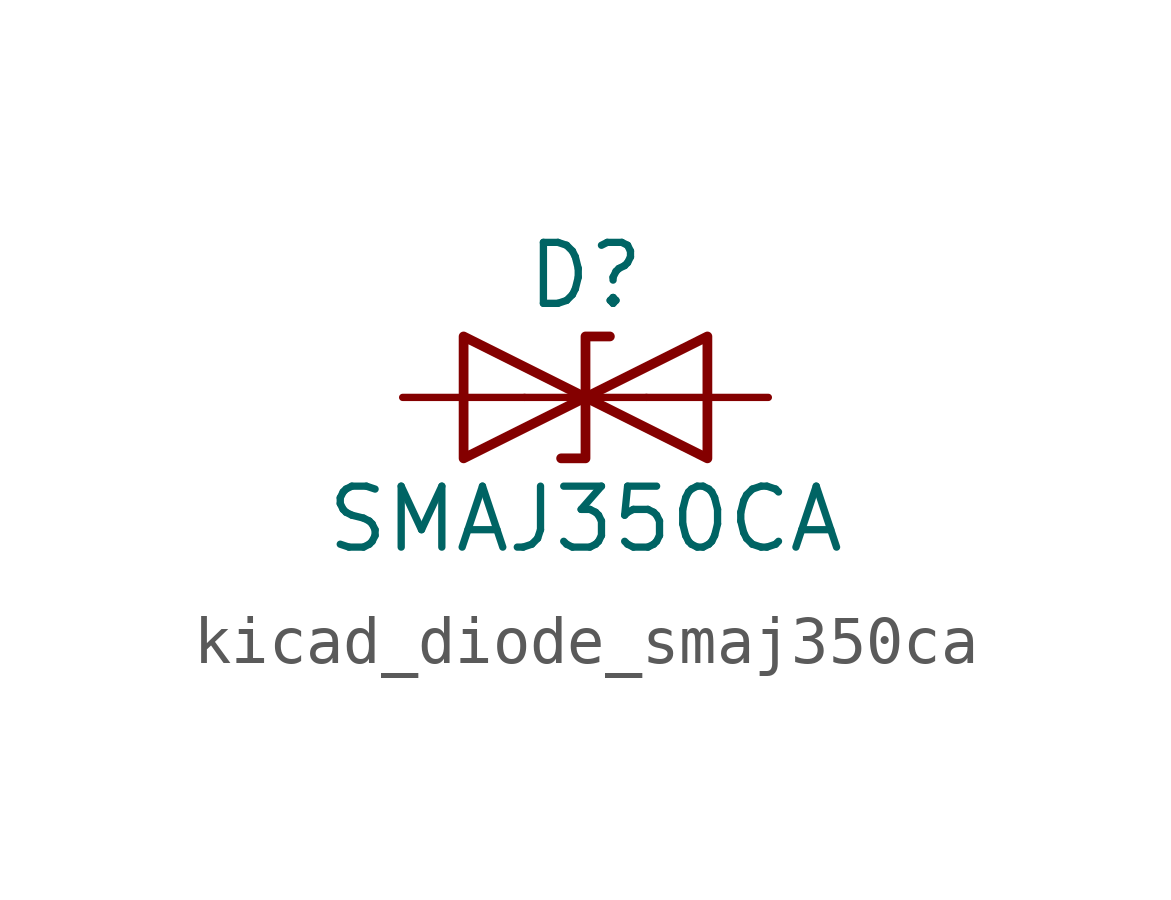
<source format=kicad_sym>
(kicad_symbol_lib
  (version 20220914)
  (generator kicad_symbol_editor)
  (symbol "kicad_diode_smaj350ca"
    (pin_numbers hide)
    (pin_names
      (offset 1.016) hide)
    (property "Reference" "D"
      (at 0 2.54 0)
      (effects (font (size 1.27 1.27))))
    (property "Value" "SMAJ350CA"
      (at 0 -2.54 0)
      (effects (font (size 1.27 1.27))))
    (symbol "kicad_diode_smaj350ca_0_1"
      (polyline (pts (xy 1.27 0) (xy -1.27 0)) (stroke (width 0) (type default)) (fill (type none)))
      (polyline (pts (xy -2.54 -1.27) (xy 0 0) (xy -2.54 1.27) (xy -2.54 -1.27)) (stroke (width 0.203) (type default)) (fill (type none)))
      (polyline (pts (xy 0.508 1.27) (xy 0 1.27) (xy 0 -1.27) (xy -0.508 -1.27)) (stroke (width 0.203) (type default)) (fill (type none)))
      (polyline (pts (xy 2.54 1.27) (xy 2.54 -1.27) (xy 0 0) (xy 2.54 1.27)) (stroke (width 0.203) (type default)) (fill (type none))))
    (symbol "kicad_diode_smaj350ca_1_1"
      (pin passive line (at -3.81 0 0) (length 2.54) (name "A1" (effects (font (size 1.27 1.27)))) (number "1" (effects (font (size 1.27 1.27)))))
      (pin passive line (at 3.81 0 180) (length 2.54) (name "A2" (effects (font (size 1.27 1.27)))) (number "2" (effects (font (size 1.27 1.27))))))))
</source>
